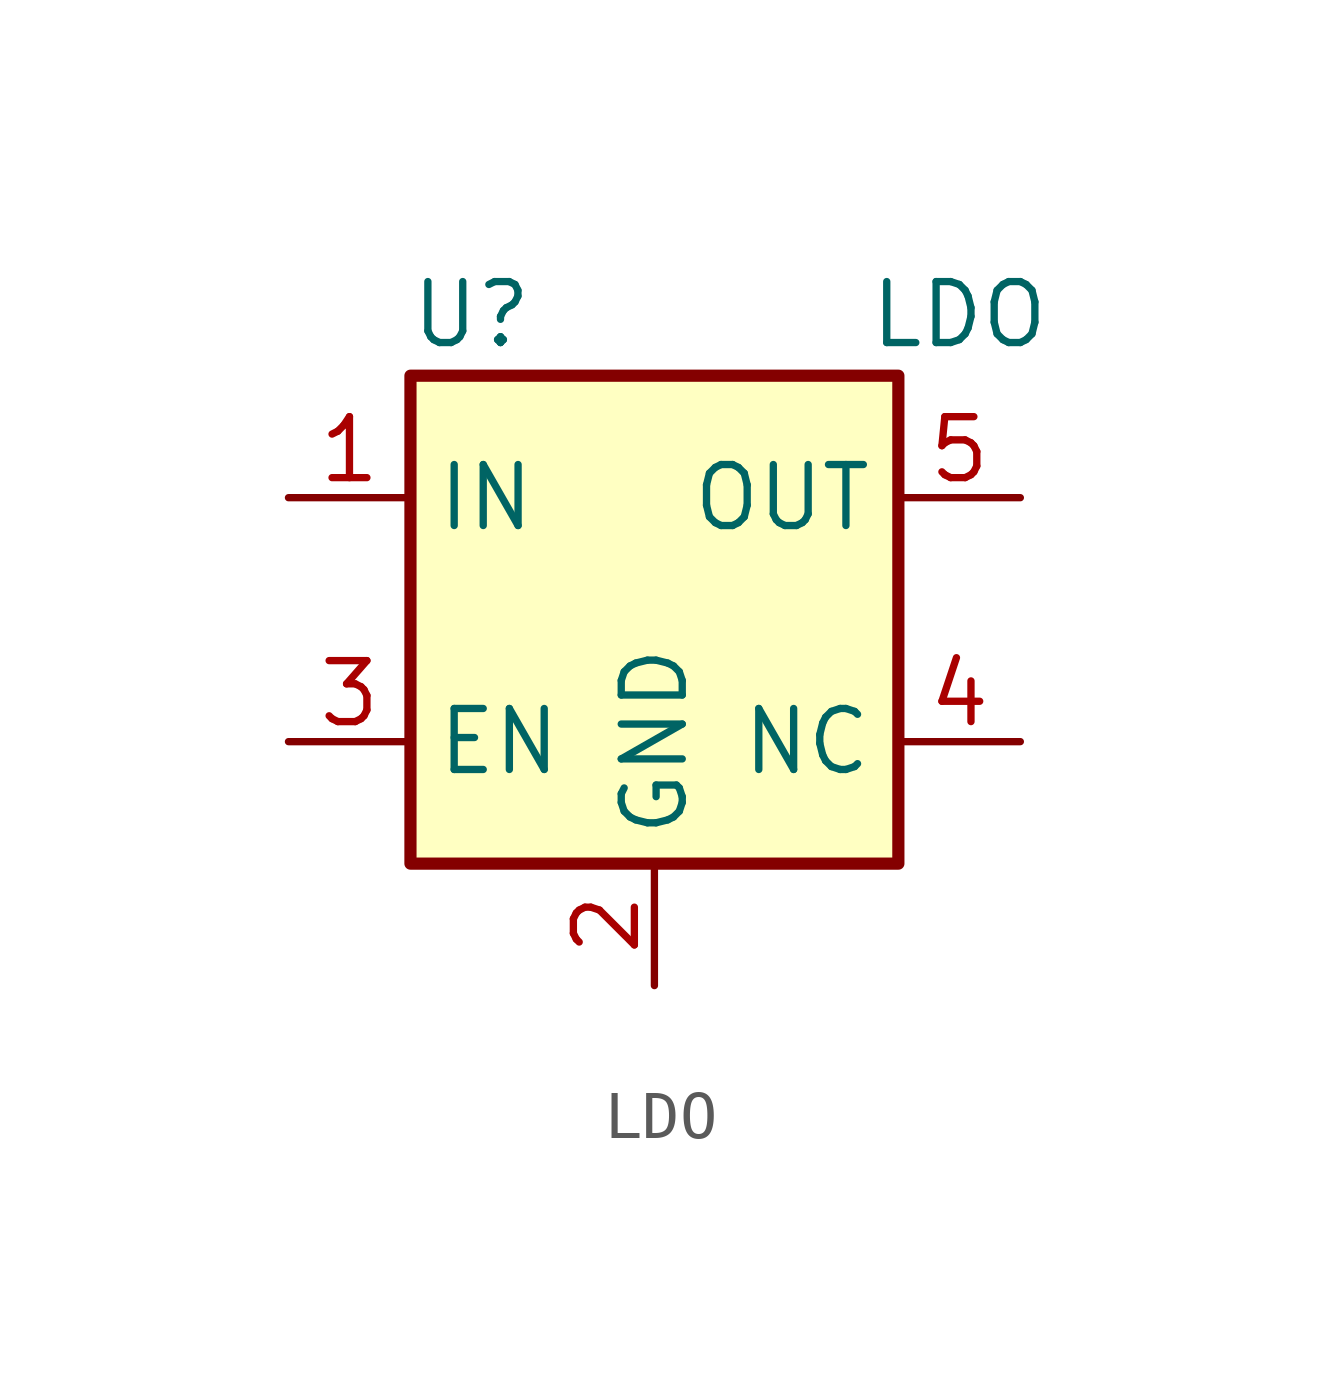
<source format=kicad_sym>
(kicad_symbol_lib
  (version 20220914)
  (generator kicad_symbol_editor)
  (symbol "LDO"
    (property "Reference" "U"
      (at -3.81 6.35 0)
      (effects (font (size 1.27 1.27))))
    (property "Value" "LDO"
      (at 6.35 6.35 0)
      (effects (font (size 1.27 1.27))))
    (symbol "LDO_0_1"
      (rectangle (start -5.08 -5.08) (end 5.08 5.08) (stroke (width 0.254) (type default)) (fill (type background)))
      (pin power_in line (at -7.62 2.54 0) (length 2.54) (name "IN" (effects (font (size 1.27 1.27)))) (number "1" (effects (font (size 1.27 1.27)))))
      (pin power_in line (at 0 -7.62 90) (length 2.54) (name "GND" (effects (font (size 1.27 1.27)))) (number "2" (effects (font (size 1.27 1.27)))))
      (pin input line (at -7.62 -2.54 0) (length 2.54) (name "EN" (effects (font (size 1.27 1.27)))) (number "3" (effects (font (size 1.27 1.27)))))
      (pin power_out line (at 7.62 2.54 180) (length 2.54) (name "OUT" (effects (font (size 1.27 1.27)))) (number "5" (effects (font (size 1.27 1.27))))))
    (symbol "LDO_1_1"
      (pin input line (at 7.62 -2.54 180) (length 2.54) (name "NC" (effects (font (size 1.27 1.27)))) (number "4" (effects (font (size 1.27 1.27))))))))
</source>
